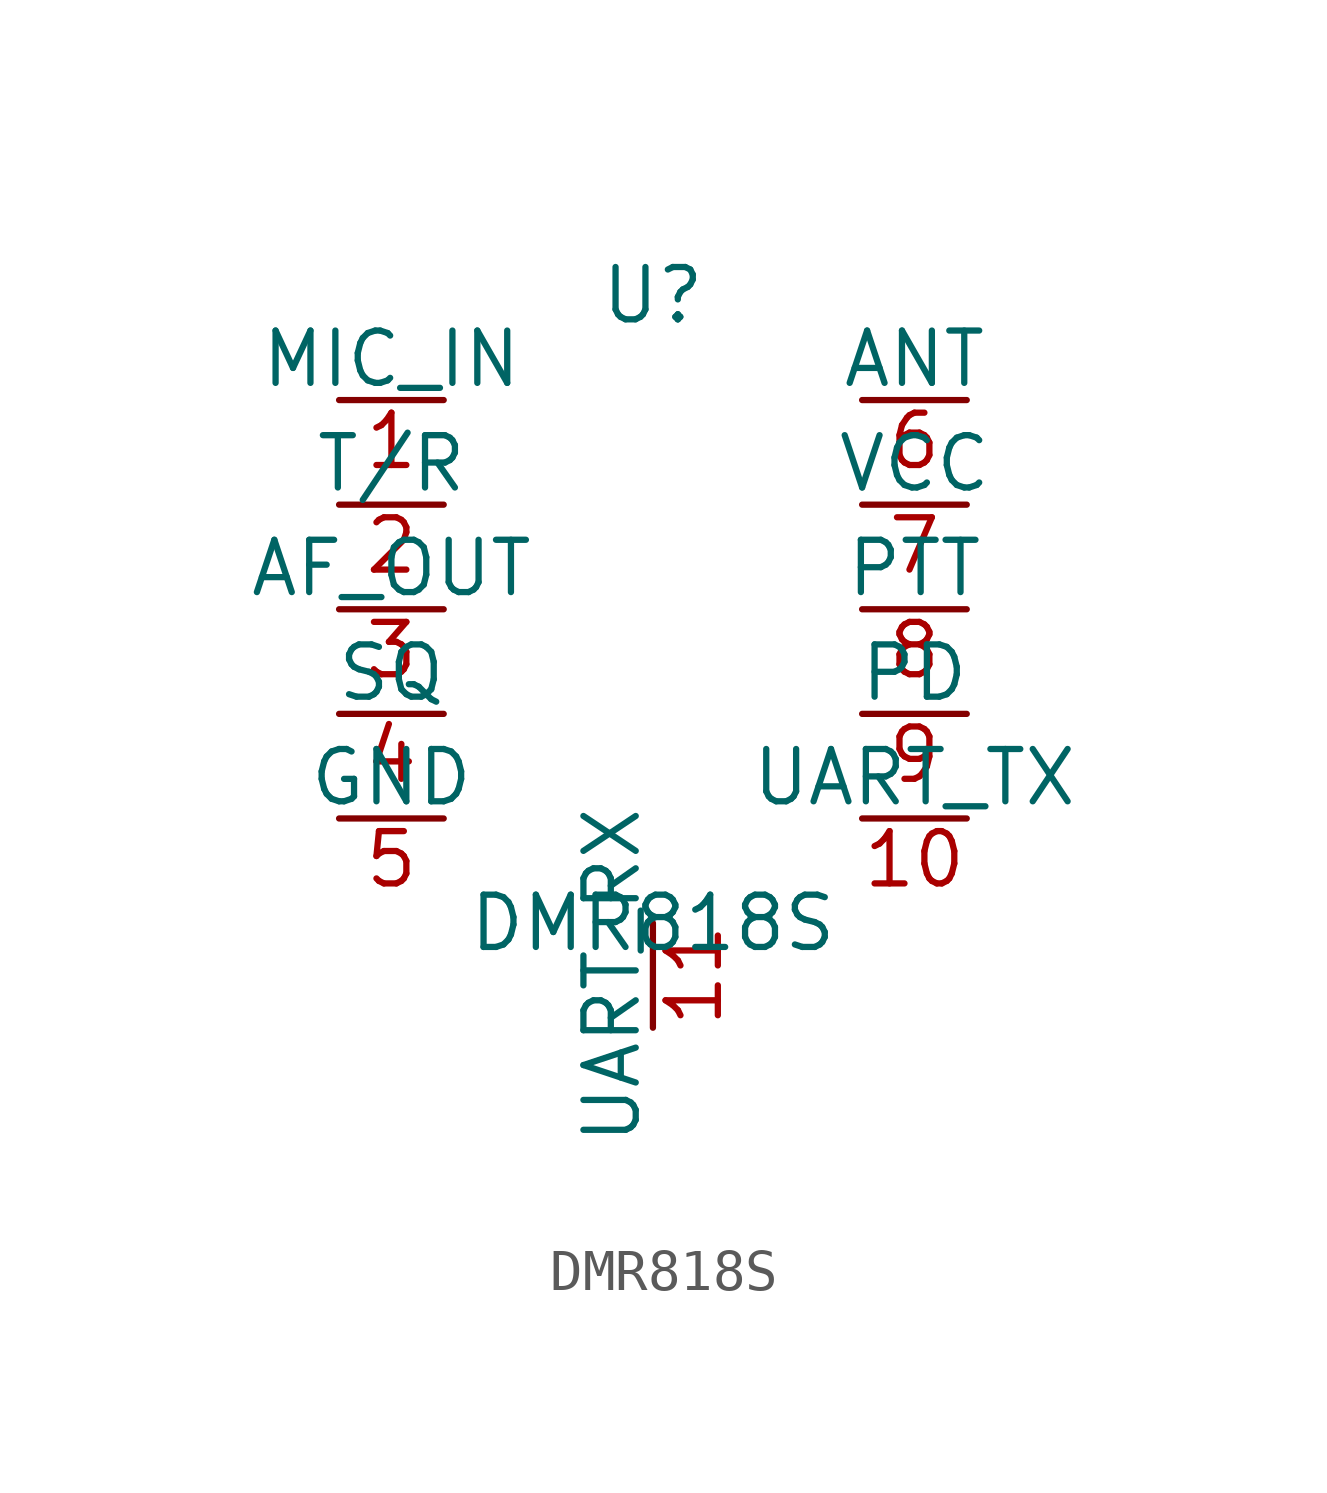
<source format=kicad_sym>
(kicad_symbol_lib
  (version 20211014)
  (generator ChatGPT)
  (symbol "DMR818S"
    (pin_names
      (offset 0))
    (property "Reference" "U"
      (at 0 7.62 0)
      (effects (font (size 1.27 1.27))))
    (property "Value" "DMR818S"
      (at 0 -7.62 0)
      (effects (font (size 1.27 1.27))))
    (pin passive line
      (at -7.62 5.08 0)
      (length 2.54)
      (name "MIC_IN" (effects (font (size 1.27 1.27))))
      (number "1"))
    (pin passive line
      (at -7.62 2.54 0)
      (length 2.54)
      (name "T/R" (effects (font (size 1.27 1.27))))
      (number "2"))
    (pin passive line
      (at -7.62 0 0)
      (length 2.54)
      (name "AF_OUT" (effects (font (size 1.27 1.27))))
      (number "3"))
    (pin passive line
      (at -7.62 -2.54 0)
      (length 2.54)
      (name "SQ" (effects (font (size 1.27 1.27))))
      (number "4"))
    (pin passive line
      (at -7.62 -5.08 0)
      (length 2.54)
      (name "GND" (effects (font (size 1.27 1.27))))
      (number "5"))
    (pin passive line
      (at 7.62 5.08 180)
      (length 2.54)
      (name "ANT" (effects (font (size 1.27 1.27))))
      (number "6"))
    (pin power_in line
      (at 7.62 2.54 180)
      (length 2.54)
      (name "VCC" (effects (font (size 1.27 1.27))))
      (number "7"))
    (pin input line
      (at 7.62 0 180)
      (length 2.54)
      (name "PTT" (effects (font (size 1.27 1.27))))
      (number "8"))
    (pin input line
      (at 7.62 -2.54 180)
      (length 2.54)
      (name "PD" (effects (font (size 1.27 1.27))))
      (number "9"))
    (pin output line
      (at 7.62 -5.08 180)
      (length 2.54)
      (name "UART_TX" (effects (font (size 1.27 1.27))))
      (number "10"))
    (pin input line
      (at 0 -10.16 90)
      (length 2.54)
      (name "UART_RX" (effects (font (size 1.27 1.27))))
      (number "11"))))
</source>
